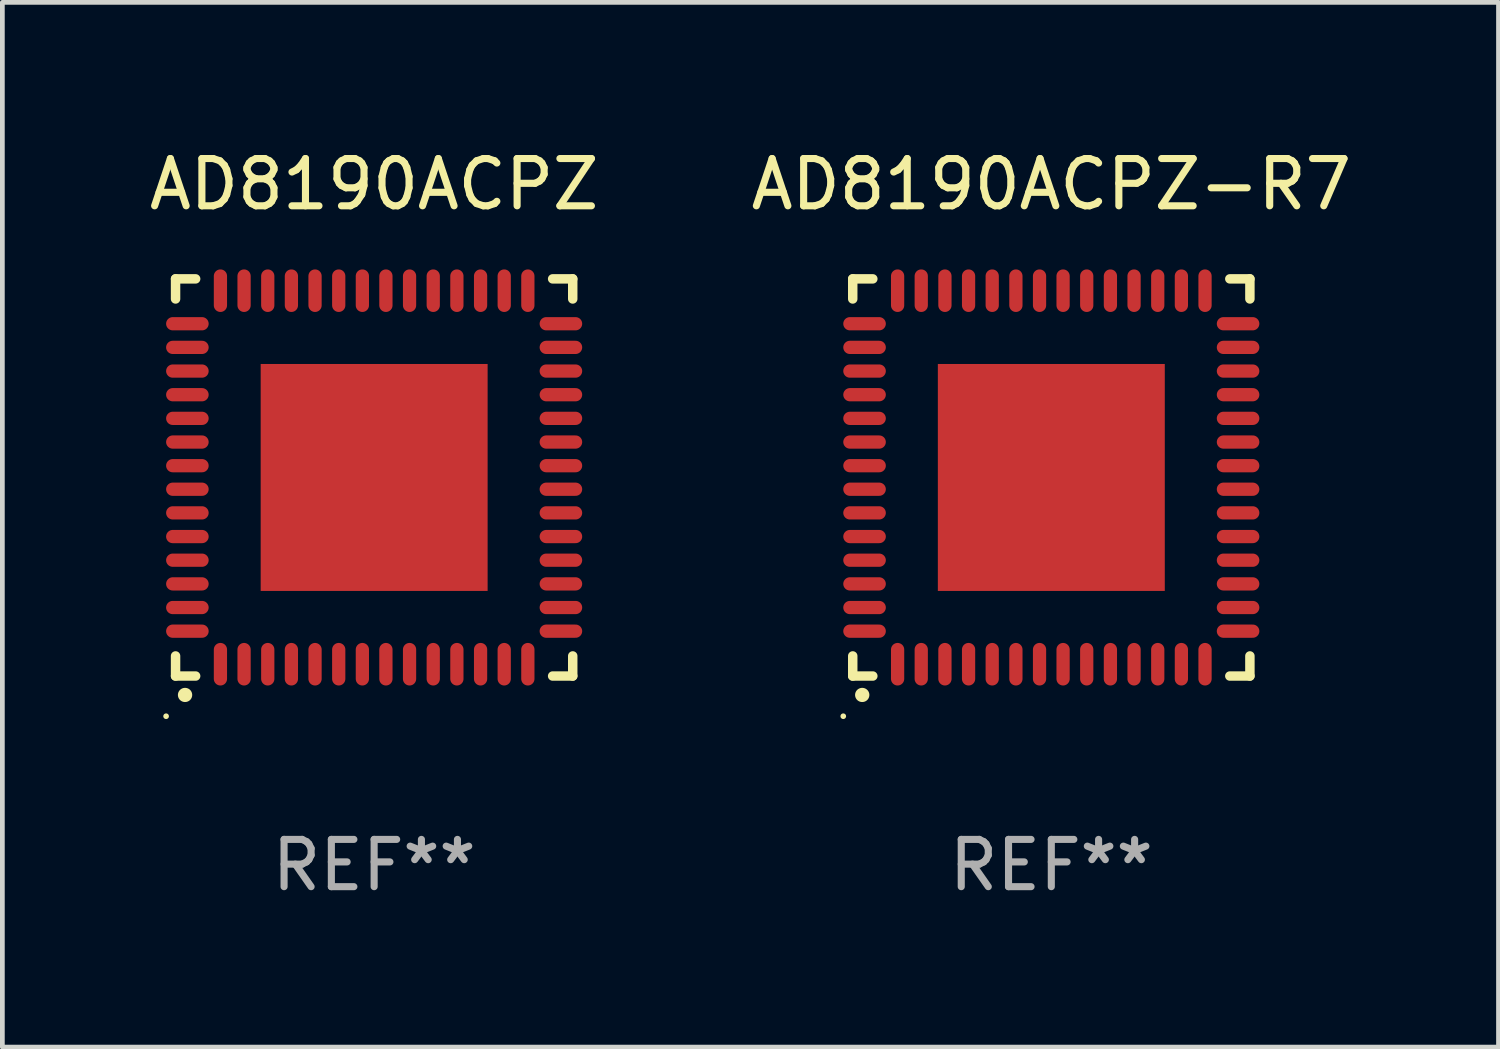
<source format=kicad_pcb>
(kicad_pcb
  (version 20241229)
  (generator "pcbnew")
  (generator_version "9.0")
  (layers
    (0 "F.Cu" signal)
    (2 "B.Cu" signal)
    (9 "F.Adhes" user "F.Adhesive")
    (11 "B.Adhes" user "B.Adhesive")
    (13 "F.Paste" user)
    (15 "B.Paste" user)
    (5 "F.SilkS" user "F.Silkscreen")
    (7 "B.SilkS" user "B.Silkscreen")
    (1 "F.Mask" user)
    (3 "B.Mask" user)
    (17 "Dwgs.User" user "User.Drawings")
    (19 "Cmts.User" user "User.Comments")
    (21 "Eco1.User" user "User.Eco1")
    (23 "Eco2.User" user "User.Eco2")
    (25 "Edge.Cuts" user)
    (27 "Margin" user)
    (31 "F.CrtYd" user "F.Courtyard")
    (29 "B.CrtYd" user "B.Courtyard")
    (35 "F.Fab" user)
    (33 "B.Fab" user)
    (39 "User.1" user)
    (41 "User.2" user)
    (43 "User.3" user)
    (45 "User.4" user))
  (footprint "AD8190ACPZ"
    (layer "F.Cu")
    (at 4.863 7.048)
    (property "Reference" "AD8190ACPZ" (at 0 -6.2 0) (layer "F.SilkS") (effects (font (size 1 1) (thickness 0.15))))
    (attr through_hole)
    (fp_line (start -4.2 -4.2) (end -4.2 -3.775) (stroke (width 0.2) (type solid)) (layer "F.SilkS"))
    (fp_line (start -4.2 4.2) (end -4.2 3.775) (stroke (width 0.2) (type solid)) (layer "F.SilkS"))
    (fp_line (start -3.775 -4.2) (end -4.2 -4.2) (stroke (width 0.2) (type solid)) (layer "F.SilkS"))
    (fp_line (start -3.775 4.2) (end -4.2 4.2) (stroke (width 0.2) (type solid)) (layer "F.SilkS"))
    (fp_line (start 3.775 4.2) (end 4.2 4.2) (stroke (width 0.2) (type solid)) (layer "F.SilkS"))
    (fp_line (start 4.2 -4.2) (end 3.775 -4.2) (stroke (width 0.2) (type solid)) (layer "F.SilkS"))
    (fp_line (start 4.2 -3.775) (end 4.2 -4.2) (stroke (width 0.2) (type solid)) (layer "F.SilkS"))
    (fp_line (start 4.2 4.2) (end 4.2 3.775) (stroke (width 0.2) (type solid)) (layer "F.SilkS"))
    (fp_arc (start -4.000508 4.599949) (mid -3.999238 4.599944) (end -3.997968 4.599949) (stroke (width 0.3) (type solid)) (layer "F.SilkS"))
    (fp_circle (center -4.4 5.05) (end -4.37 5.05) (stroke (width 0.06) (type solid)) (fill no) (layer "F.SilkS"))
    (fp_text user "REF**" (at 0 8.2 0) (layer "F.Fab") (effects (font (size 1 1) (thickness 0.15))))
    (pad "1" smd oval (at -3.251 3.95 180) (size 0.28 0.9) (layers "F.Cu" "F.Mask" "F.Paste"))
    (pad "2" smd oval (at -2.751 3.95 180) (size 0.28 0.9) (layers "F.Cu" "F.Mask" "F.Paste"))
    (pad "3" smd oval (at -2.25 3.95 180) (size 0.28 0.9) (layers "F.Cu" "F.Mask" "F.Paste"))
    (pad "4" smd oval (at -1.75 3.95 180) (size 0.28 0.9) (layers "F.Cu" "F.Mask" "F.Paste"))
    (pad "5" smd oval (at -1.25 3.95 180) (size 0.28 0.9) (layers "F.Cu" "F.Mask" "F.Paste"))
    (pad "6" smd oval (at -0.749 3.95 180) (size 0.28 0.9) (layers "F.Cu" "F.Mask" "F.Paste"))
    (pad "7" smd oval (at -0.249 3.95 180) (size 0.28 0.9) (layers "F.Cu" "F.Mask" "F.Paste"))
    (pad "8" smd oval (at 0.249 3.95 180) (size 0.28 0.9) (layers "F.Cu" "F.Mask" "F.Paste"))
    (pad "9" smd oval (at 0.749 3.95 180) (size 0.28 0.9) (layers "F.Cu" "F.Mask" "F.Paste"))
    (pad "10" smd oval (at 1.25 3.95 180) (size 0.28 0.9) (layers "F.Cu" "F.Mask" "F.Paste"))
    (pad "11" smd oval (at 1.75 3.95 180) (size 0.28 0.9) (layers "F.Cu" "F.Mask" "F.Paste"))
    (pad "12" smd oval (at 2.251 3.95 180) (size 0.28 0.9) (layers "F.Cu" "F.Mask" "F.Paste"))
    (pad "13" smd oval (at 2.751 3.95 180) (size 0.28 0.9) (layers "F.Cu" "F.Mask" "F.Paste"))
    (pad "14" smd oval (at 3.251 3.95 180) (size 0.28 0.9) (layers "F.Cu" "F.Mask" "F.Paste"))
    (pad "15" smd oval (at 3.95 3.251 90) (size 0.28 0.9) (layers "F.Cu" "F.Mask" "F.Paste"))
    (pad "16" smd oval (at 3.95 2.751 90) (size 0.28 0.9) (layers "F.Cu" "F.Mask" "F.Paste"))
    (pad "17" smd oval (at 3.95 2.251 90) (size 0.28 0.9) (layers "F.Cu" "F.Mask" "F.Paste"))
    (pad "18" smd oval (at 3.95 1.75 90) (size 0.28 0.9) (layers "F.Cu" "F.Mask" "F.Paste"))
    (pad "19" smd oval (at 3.95 1.25 90) (size 0.28 0.9) (layers "F.Cu" "F.Mask" "F.Paste"))
    (pad "20" smd oval (at 3.95 0.749 90) (size 0.28 0.9) (layers "F.Cu" "F.Mask" "F.Paste"))
    (pad "21" smd oval (at 3.95 0.249 90) (size 0.28 0.9) (layers "F.Cu" "F.Mask" "F.Paste"))
    (pad "22" smd oval (at 3.95 -0.249 90) (size 0.28 0.9) (layers "F.Cu" "F.Mask" "F.Paste"))
    (pad "23" smd oval (at 3.95 -0.749 90) (size 0.28 0.9) (layers "F.Cu" "F.Mask" "F.Paste"))
    (pad "24" smd oval (at 3.95 -1.25 90) (size 0.28 0.9) (layers "F.Cu" "F.Mask" "F.Paste"))
    (pad "25" smd oval (at 3.95 -1.75 90) (size 0.28 0.9) (layers "F.Cu" "F.Mask" "F.Paste"))
    (pad "26" smd oval (at 3.95 -2.25 90) (size 0.28 0.9) (layers "F.Cu" "F.Mask" "F.Paste"))
    (pad "27" smd oval (at 3.95 -2.751 90) (size 0.28 0.9) (layers "F.Cu" "F.Mask" "F.Paste"))
    (pad "28" smd oval (at 3.95 -3.251 90) (size 0.28 0.9) (layers "F.Cu" "F.Mask" "F.Paste"))
    (pad "29" smd oval (at 3.251 -3.95 180) (size 0.28 0.9) (layers "F.Cu" "F.Mask" "F.Paste"))
    (pad "30" smd oval (at 2.751 -3.95 180) (size 0.28 0.9) (layers "F.Cu" "F.Mask" "F.Paste"))
    (pad "31" smd oval (at 2.251 -3.95 180) (size 0.28 0.9) (layers "F.Cu" "F.Mask" "F.Paste"))
    (pad "32" smd oval (at 1.75 -3.95 180) (size 0.28 0.9) (layers "F.Cu" "F.Mask" "F.Paste"))
    (pad "33" smd oval (at 1.25 -3.95 180) (size 0.28 0.9) (layers "F.Cu" "F.Mask" "F.Paste"))
    (pad "34" smd oval (at 0.749 -3.95 180) (size 0.28 0.9) (layers "F.Cu" "F.Mask" "F.Paste"))
    (pad "35" smd oval (at 0.249 -3.95 180) (size 0.28 0.9) (layers "F.Cu" "F.Mask" "F.Paste"))
    (pad "36" smd oval (at -0.249 -3.95 180) (size 0.28 0.9) (layers "F.Cu" "F.Mask" "F.Paste"))
    (pad "37" smd oval (at -0.749 -3.95 180) (size 0.28 0.9) (layers "F.Cu" "F.Mask" "F.Paste"))
    (pad "38" smd oval (at -1.25 -3.95 180) (size 0.28 0.9) (layers "F.Cu" "F.Mask" "F.Paste"))
    (pad "39" smd oval (at -1.75 -3.95 180) (size 0.28 0.9) (layers "F.Cu" "F.Mask" "F.Paste"))
    (pad "40" smd oval (at -2.25 -3.95 180) (size 0.28 0.9) (layers "F.Cu" "F.Mask" "F.Paste"))
    (pad "41" smd oval (at -2.751 -3.95 180) (size 0.28 0.9) (layers "F.Cu" "F.Mask" "F.Paste"))
    (pad "42" smd oval (at -3.251 -3.95 180) (size 0.28 0.9) (layers "F.Cu" "F.Mask" "F.Paste"))
    (pad "43" smd oval (at -3.95 -3.251 90) (size 0.28 0.9) (layers "F.Cu" "F.Mask" "F.Paste"))
    (pad "44" smd oval (at -3.95 -2.751 90) (size 0.28 0.9) (layers "F.Cu" "F.Mask" "F.Paste"))
    (pad "45" smd oval (at -3.95 -2.25 90) (size 0.28 0.9) (layers "F.Cu" "F.Mask" "F.Paste"))
    (pad "46" smd oval (at -3.95 -1.75 90) (size 0.28 0.9) (layers "F.Cu" "F.Mask" "F.Paste"))
    (pad "47" smd oval (at -3.95 -1.25 90) (size 0.28 0.9) (layers "F.Cu" "F.Mask" "F.Paste"))
    (pad "48" smd oval (at -3.95 -0.749 90) (size 0.28 0.9) (layers "F.Cu" "F.Mask" "F.Paste"))
    (pad "49" smd oval (at -3.95 -0.249 90) (size 0.28 0.9) (layers "F.Cu" "F.Mask" "F.Paste"))
    (pad "50" smd oval (at -3.95 0.249 90) (size 0.28 0.9) (layers "F.Cu" "F.Mask" "F.Paste"))
    (pad "51" smd oval (at -3.95 0.749 90) (size 0.28 0.9) (layers "F.Cu" "F.Mask" "F.Paste"))
    (pad "52" smd oval (at -3.95 1.25 90) (size 0.28 0.9) (layers "F.Cu" "F.Mask" "F.Paste"))
    (pad "53" smd oval (at -3.95 1.75 90) (size 0.28 0.9) (layers "F.Cu" "F.Mask" "F.Paste"))
    (pad "54" smd oval (at -3.95 2.251 90) (size 0.28 0.9) (layers "F.Cu" "F.Mask" "F.Paste"))
    (pad "55" smd oval (at -3.95 2.751 90) (size 0.28 0.9) (layers "F.Cu" "F.Mask" "F.Paste"))
    (pad "56" smd oval (at -3.95 3.251 90) (size 0.28 0.9) (layers "F.Cu" "F.Mask" "F.Paste"))
    (pad "57" smd rect (at 0.000076 0.000076 90) (size 4.8 4.8) (layers "F.Cu" "F.Mask" "F.Paste")))
  (footprint "AD8190ACPZ-R7"
    (layer "F.Cu")
    (at 19.185 7.048)
    (property "Reference" "AD8190ACPZ-R7" (at 0 -6.2 0) (layer "F.SilkS") (effects (font (size 1 1) (thickness 0.15))))
    (attr through_hole)
    (fp_line (start -4.2 -4.2) (end -4.2 -3.775) (stroke (width 0.2) (type solid)) (layer "F.SilkS"))
    (fp_line (start -4.2 4.2) (end -4.2 3.775) (stroke (width 0.2) (type solid)) (layer "F.SilkS"))
    (fp_line (start -3.775 -4.2) (end -4.2 -4.2) (stroke (width 0.2) (type solid)) (layer "F.SilkS"))
    (fp_line (start -3.775 4.2) (end -4.2 4.2) (stroke (width 0.2) (type solid)) (layer "F.SilkS"))
    (fp_line (start 3.775 4.2) (end 4.2 4.2) (stroke (width 0.2) (type solid)) (layer "F.SilkS"))
    (fp_line (start 4.2 -4.2) (end 3.775 -4.2) (stroke (width 0.2) (type solid)) (layer "F.SilkS"))
    (fp_line (start 4.2 -3.775) (end 4.2 -4.2) (stroke (width 0.2) (type solid)) (layer "F.SilkS"))
    (fp_line (start 4.2 4.2) (end 4.2 3.775) (stroke (width 0.2) (type solid)) (layer "F.SilkS"))
    (fp_arc (start -4.000508 4.599949) (mid -3.999238 4.599944) (end -3.997968 4.599949) (stroke (width 0.3) (type solid)) (layer "F.SilkS"))
    (fp_circle (center -4.4 5.05) (end -4.37 5.05) (stroke (width 0.06) (type solid)) (fill no) (layer "F.SilkS"))
    (fp_text user "REF**" (at 0 8.2 0) (layer "F.Fab") (effects (font (size 1 1) (thickness 0.15))))
    (pad "1" smd oval (at -3.251 3.95 180) (size 0.28 0.9) (layers "F.Cu" "F.Mask" "F.Paste"))
    (pad "2" smd oval (at -2.751 3.95 180) (size 0.28 0.9) (layers "F.Cu" "F.Mask" "F.Paste"))
    (pad "3" smd oval (at -2.25 3.95 180) (size 0.28 0.9) (layers "F.Cu" "F.Mask" "F.Paste"))
    (pad "4" smd oval (at -1.75 3.95 180) (size 0.28 0.9) (layers "F.Cu" "F.Mask" "F.Paste"))
    (pad "5" smd oval (at -1.25 3.95 180) (size 0.28 0.9) (layers "F.Cu" "F.Mask" "F.Paste"))
    (pad "6" smd oval (at -0.749 3.95 180) (size 0.28 0.9) (layers "F.Cu" "F.Mask" "F.Paste"))
    (pad "7" smd oval (at -0.249 3.95 180) (size 0.28 0.9) (layers "F.Cu" "F.Mask" "F.Paste"))
    (pad "8" smd oval (at 0.249 3.95 180) (size 0.28 0.9) (layers "F.Cu" "F.Mask" "F.Paste"))
    (pad "9" smd oval (at 0.749 3.95 180) (size 0.28 0.9) (layers "F.Cu" "F.Mask" "F.Paste"))
    (pad "10" smd oval (at 1.25 3.95 180) (size 0.28 0.9) (layers "F.Cu" "F.Mask" "F.Paste"))
    (pad "11" smd oval (at 1.75 3.95 180) (size 0.28 0.9) (layers "F.Cu" "F.Mask" "F.Paste"))
    (pad "12" smd oval (at 2.251 3.95 180) (size 0.28 0.9) (layers "F.Cu" "F.Mask" "F.Paste"))
    (pad "13" smd oval (at 2.751 3.95 180) (size 0.28 0.9) (layers "F.Cu" "F.Mask" "F.Paste"))
    (pad "14" smd oval (at 3.251 3.95 180) (size 0.28 0.9) (layers "F.Cu" "F.Mask" "F.Paste"))
    (pad "15" smd oval (at 3.95 3.251 90) (size 0.28 0.9) (layers "F.Cu" "F.Mask" "F.Paste"))
    (pad "16" smd oval (at 3.95 2.751 90) (size 0.28 0.9) (layers "F.Cu" "F.Mask" "F.Paste"))
    (pad "17" smd oval (at 3.95 2.251 90) (size 0.28 0.9) (layers "F.Cu" "F.Mask" "F.Paste"))
    (pad "18" smd oval (at 3.95 1.75 90) (size 0.28 0.9) (layers "F.Cu" "F.Mask" "F.Paste"))
    (pad "19" smd oval (at 3.95 1.25 90) (size 0.28 0.9) (layers "F.Cu" "F.Mask" "F.Paste"))
    (pad "20" smd oval (at 3.95 0.749 90) (size 0.28 0.9) (layers "F.Cu" "F.Mask" "F.Paste"))
    (pad "21" smd oval (at 3.95 0.249 90) (size 0.28 0.9) (layers "F.Cu" "F.Mask" "F.Paste"))
    (pad "22" smd oval (at 3.95 -0.249 90) (size 0.28 0.9) (layers "F.Cu" "F.Mask" "F.Paste"))
    (pad "23" smd oval (at 3.95 -0.749 90) (size 0.28 0.9) (layers "F.Cu" "F.Mask" "F.Paste"))
    (pad "24" smd oval (at 3.95 -1.25 90) (size 0.28 0.9) (layers "F.Cu" "F.Mask" "F.Paste"))
    (pad "25" smd oval (at 3.95 -1.75 90) (size 0.28 0.9) (layers "F.Cu" "F.Mask" "F.Paste"))
    (pad "26" smd oval (at 3.95 -2.25 90) (size 0.28 0.9) (layers "F.Cu" "F.Mask" "F.Paste"))
    (pad "27" smd oval (at 3.95 -2.751 90) (size 0.28 0.9) (layers "F.Cu" "F.Mask" "F.Paste"))
    (pad "28" smd oval (at 3.95 -3.251 90) (size 0.28 0.9) (layers "F.Cu" "F.Mask" "F.Paste"))
    (pad "29" smd oval (at 3.251 -3.95 180) (size 0.28 0.9) (layers "F.Cu" "F.Mask" "F.Paste"))
    (pad "30" smd oval (at 2.751 -3.95 180) (size 0.28 0.9) (layers "F.Cu" "F.Mask" "F.Paste"))
    (pad "31" smd oval (at 2.251 -3.95 180) (size 0.28 0.9) (layers "F.Cu" "F.Mask" "F.Paste"))
    (pad "32" smd oval (at 1.75 -3.95 180) (size 0.28 0.9) (layers "F.Cu" "F.Mask" "F.Paste"))
    (pad "33" smd oval (at 1.25 -3.95 180) (size 0.28 0.9) (layers "F.Cu" "F.Mask" "F.Paste"))
    (pad "34" smd oval (at 0.749 -3.95 180) (size 0.28 0.9) (layers "F.Cu" "F.Mask" "F.Paste"))
    (pad "35" smd oval (at 0.249 -3.95 180) (size 0.28 0.9) (layers "F.Cu" "F.Mask" "F.Paste"))
    (pad "36" smd oval (at -0.249 -3.95 180) (size 0.28 0.9) (layers "F.Cu" "F.Mask" "F.Paste"))
    (pad "37" smd oval (at -0.749 -3.95 180) (size 0.28 0.9) (layers "F.Cu" "F.Mask" "F.Paste"))
    (pad "38" smd oval (at -1.25 -3.95 180) (size 0.28 0.9) (layers "F.Cu" "F.Mask" "F.Paste"))
    (pad "39" smd oval (at -1.75 -3.95 180) (size 0.28 0.9) (layers "F.Cu" "F.Mask" "F.Paste"))
    (pad "40" smd oval (at -2.25 -3.95 180) (size 0.28 0.9) (layers "F.Cu" "F.Mask" "F.Paste"))
    (pad "41" smd oval (at -2.751 -3.95 180) (size 0.28 0.9) (layers "F.Cu" "F.Mask" "F.Paste"))
    (pad "42" smd oval (at -3.251 -3.95 180) (size 0.28 0.9) (layers "F.Cu" "F.Mask" "F.Paste"))
    (pad "43" smd oval (at -3.95 -3.251 90) (size 0.28 0.9) (layers "F.Cu" "F.Mask" "F.Paste"))
    (pad "44" smd oval (at -3.95 -2.751 90) (size 0.28 0.9) (layers "F.Cu" "F.Mask" "F.Paste"))
    (pad "45" smd oval (at -3.95 -2.25 90) (size 0.28 0.9) (layers "F.Cu" "F.Mask" "F.Paste"))
    (pad "46" smd oval (at -3.95 -1.75 90) (size 0.28 0.9) (layers "F.Cu" "F.Mask" "F.Paste"))
    (pad "47" smd oval (at -3.95 -1.25 90) (size 0.28 0.9) (layers "F.Cu" "F.Mask" "F.Paste"))
    (pad "48" smd oval (at -3.95 -0.749 90) (size 0.28 0.9) (layers "F.Cu" "F.Mask" "F.Paste"))
    (pad "49" smd oval (at -3.95 -0.249 90) (size 0.28 0.9) (layers "F.Cu" "F.Mask" "F.Paste"))
    (pad "50" smd oval (at -3.95 0.249 90) (size 0.28 0.9) (layers "F.Cu" "F.Mask" "F.Paste"))
    (pad "51" smd oval (at -3.95 0.749 90) (size 0.28 0.9) (layers "F.Cu" "F.Mask" "F.Paste"))
    (pad "52" smd oval (at -3.95 1.25 90) (size 0.28 0.9) (layers "F.Cu" "F.Mask" "F.Paste"))
    (pad "53" smd oval (at -3.95 1.75 90) (size 0.28 0.9) (layers "F.Cu" "F.Mask" "F.Paste"))
    (pad "54" smd oval (at -3.95 2.251 90) (size 0.28 0.9) (layers "F.Cu" "F.Mask" "F.Paste"))
    (pad "55" smd oval (at -3.95 2.751 90) (size 0.28 0.9) (layers "F.Cu" "F.Mask" "F.Paste"))
    (pad "56" smd oval (at -3.95 3.251 90) (size 0.28 0.9) (layers "F.Cu" "F.Mask" "F.Paste"))
    (pad "57" smd rect (at 0.000076 0.000076 90) (size 4.8 4.8) (layers "F.Cu" "F.Mask" "F.Paste")))
  (gr_rect
    (start -3 -3)
    (end 28.643 19.096)
    (stroke (width 0.1) (type default))
    (fill no)
    (layer "Edge.Cuts")))
</source>
